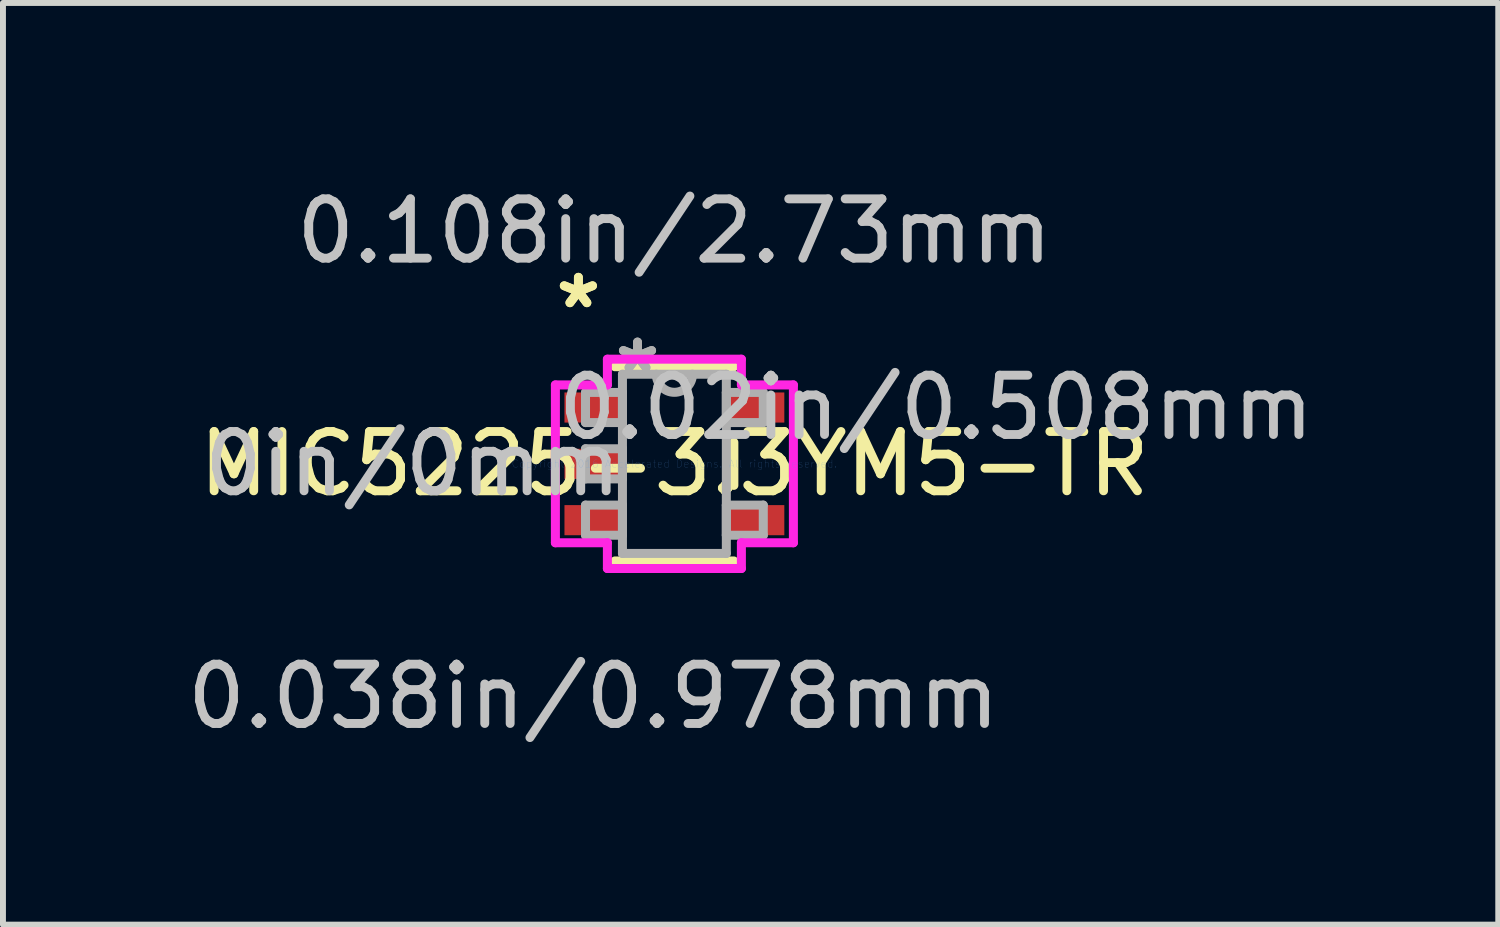
<source format=kicad_pcb>
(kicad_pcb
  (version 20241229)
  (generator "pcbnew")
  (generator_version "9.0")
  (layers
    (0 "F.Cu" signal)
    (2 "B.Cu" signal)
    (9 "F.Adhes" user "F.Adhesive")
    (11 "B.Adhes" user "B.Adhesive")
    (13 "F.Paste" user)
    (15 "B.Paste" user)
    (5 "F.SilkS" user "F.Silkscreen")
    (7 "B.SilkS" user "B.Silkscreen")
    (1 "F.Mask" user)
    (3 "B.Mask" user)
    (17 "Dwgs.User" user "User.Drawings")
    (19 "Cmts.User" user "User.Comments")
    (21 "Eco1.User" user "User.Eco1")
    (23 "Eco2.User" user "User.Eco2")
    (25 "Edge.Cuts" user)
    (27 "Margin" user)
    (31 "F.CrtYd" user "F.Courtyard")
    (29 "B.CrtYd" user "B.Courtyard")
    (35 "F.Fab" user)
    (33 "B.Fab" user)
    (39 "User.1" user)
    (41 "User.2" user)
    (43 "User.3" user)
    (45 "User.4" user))
  (footprint "MIC5225-3.3YM5-TR"
    (layer "F.Cu")
    (at 8.324 4.773)
    (property "Reference" "MIC5225-3.3YM5-TR" (at 0 0 0) (layer "F.SilkS") (effects (font (size 1 1) (thickness 0.15))))
    (attr through_hole)
    (fp_line (start -1.003 1.638) (end 1.003 1.638) (stroke (width 0.152) (type solid)) (layer "F.SilkS"))
    (fp_line (start 1.003 -1.638) (end -1.003 -1.638) (stroke (width 0.152) (type solid)) (layer "F.SilkS"))
    (fp_line (start 1.003 0.363) (end 1.003 -0.363) (stroke (width 0.152) (type solid)) (layer "F.SilkS"))
    (fp_line (start -2.007 -1.331) (end -1.13 -1.331) (stroke (width 0.152) (type solid)) (layer "F.CrtYd"))
    (fp_line (start -2.007 1.331) (end -2.007 -1.331) (stroke (width 0.152) (type solid)) (layer "F.CrtYd"))
    (fp_line (start -1.13 -1.765) (end 1.13 -1.765) (stroke (width 0.152) (type solid)) (layer "F.CrtYd"))
    (fp_line (start -1.13 -1.331) (end -1.13 -1.765) (stroke (width 0.152) (type solid)) (layer "F.CrtYd"))
    (fp_line (start -1.13 1.331) (end -2.007 1.331) (stroke (width 0.152) (type solid)) (layer "F.CrtYd"))
    (fp_line (start -1.13 1.765) (end -1.13 1.331) (stroke (width 0.152) (type solid)) (layer "F.CrtYd"))
    (fp_line (start 1.13 -1.765) (end 1.13 -1.331) (stroke (width 0.152) (type solid)) (layer "F.CrtYd"))
    (fp_line (start 1.13 -1.331) (end 2.007 -1.331) (stroke (width 0.152) (type solid)) (layer "F.CrtYd"))
    (fp_line (start 1.13 1.331) (end 1.13 1.765) (stroke (width 0.152) (type solid)) (layer "F.CrtYd"))
    (fp_line (start 1.13 1.765) (end -1.13 1.765) (stroke (width 0.152) (type solid)) (layer "F.CrtYd"))
    (fp_line (start 2.007 -1.331) (end 2.007 1.331) (stroke (width 0.152) (type solid)) (layer "F.CrtYd"))
    (fp_line (start 2.007 1.331) (end 1.13 1.331) (stroke (width 0.152) (type solid)) (layer "F.CrtYd"))
    (fp_line (start -1.499 -1.204) (end -1.499 -0.696) (stroke (width 0.152) (type solid)) (layer "F.Fab"))
    (fp_line (start -1.499 -0.696) (end -0.876 -0.696) (stroke (width 0.152) (type solid)) (layer "F.Fab"))
    (fp_line (start -1.499 -0.254) (end -1.499 0.254) (stroke (width 0.152) (type solid)) (layer "F.Fab"))
    (fp_line (start -1.499 0.254) (end -0.876 0.254) (stroke (width 0.152) (type solid)) (layer "F.Fab"))
    (fp_line (start -1.499 0.696) (end -1.499 1.204) (stroke (width 0.152) (type solid)) (layer "F.Fab"))
    (fp_line (start -1.499 1.204) (end -0.876 1.204) (stroke (width 0.152) (type solid)) (layer "F.Fab"))
    (fp_line (start -0.876 -1.511) (end -0.876 1.511) (stroke (width 0.152) (type solid)) (layer "F.Fab"))
    (fp_line (start -0.876 -1.204) (end -1.499 -1.204) (stroke (width 0.152) (type solid)) (layer "F.Fab"))
    (fp_line (start -0.876 -0.696) (end -0.876 -1.204) (stroke (width 0.152) (type solid)) (layer "F.Fab"))
    (fp_line (start -0.876 -0.254) (end -1.499 -0.254) (stroke (width 0.152) (type solid)) (layer "F.Fab"))
    (fp_line (start -0.876 0.254) (end -0.876 -0.254) (stroke (width 0.152) (type solid)) (layer "F.Fab"))
    (fp_line (start -0.876 0.696) (end -1.499 0.696) (stroke (width 0.152) (type solid)) (layer "F.Fab"))
    (fp_line (start -0.876 1.204) (end -0.876 0.696) (stroke (width 0.152) (type solid)) (layer "F.Fab"))
    (fp_line (start -0.876 1.511) (end 0.876 1.511) (stroke (width 0.152) (type solid)) (layer "F.Fab"))
    (fp_line (start 0.876 -1.511) (end -0.876 -1.511) (stroke (width 0.152) (type solid)) (layer "F.Fab"))
    (fp_line (start 0.876 -1.204) (end 0.876 -0.696) (stroke (width 0.152) (type solid)) (layer "F.Fab"))
    (fp_line (start 0.876 -0.696) (end 1.499 -0.696) (stroke (width 0.152) (type solid)) (layer "F.Fab"))
    (fp_line (start 0.876 0.696) (end 0.876 1.204) (stroke (width 0.152) (type solid)) (layer "F.Fab"))
    (fp_line (start 0.876 1.204) (end 1.499 1.204) (stroke (width 0.152) (type solid)) (layer "F.Fab"))
    (fp_line (start 0.876 1.511) (end 0.876 -1.511) (stroke (width 0.152) (type solid)) (layer "F.Fab"))
    (fp_line (start 1.499 -1.204) (end 0.876 -1.204) (stroke (width 0.152) (type solid)) (layer "F.Fab"))
    (fp_line (start 1.499 -0.696) (end 1.499 -1.204) (stroke (width 0.152) (type solid)) (layer "F.Fab"))
    (fp_line (start 1.499 0.696) (end 0.876 0.696) (stroke (width 0.152) (type solid)) (layer "F.Fab"))
    (fp_line (start 1.499 1.204) (end 1.499 0.696) (stroke (width 0.152) (type solid)) (layer "F.Fab"))
    (fp_arc (start 0.3048 -1.5113) (mid 0 -1.2065) (end -0.3048 -1.5113) (stroke (width 0.1524) (type solid)) (layer "F.Fab"))
    (fp_text user "*" (at -1.619 -2.601 0) (layer "F.SilkS") (effects (font (size 1 1) (thickness 0.15))))
    (fp_text user "*" (at -1.619 -2.601 0) (layer "F.SilkS") (effects (font (size 1 1) (thickness 0.15))))
    (fp_text user "0.038in/0.978mm" (at -1.365 3.924 0) (layer "Dwgs.User") (effects (font (size 1 1) (thickness 0.15))))
    (fp_text user "0.108in/2.73mm" (at 0 -3.924 0) (layer "Dwgs.User") (effects (font (size 1 1) (thickness 0.15))))
    (fp_text user "0in/0mm" (at -4.413 0 0) (layer "Dwgs.User") (effects (font (size 1 1) (thickness 0.15))))
    (fp_text user "0.02in/0.508mm" (at 4.413 -0.95 0) (layer "Dwgs.User") (effects (font (size 1 1) (thickness 0.15))))
    (fp_text user "Copyright 2016 Accelerated Designs. All rights reserved." (at 0 0 0) (layer "Cmts.User") (effects (font (size 0.127 0.127) (thickness 0.002))))
    (fp_text user "*" (at -0.622 -1.509 0) (layer "F.Fab") (effects (font (size 1 1) (thickness 0.15))))
    (fp_text user "*" (at -0.622 -1.509 0) (layer "F.Fab") (effects (font (size 1 1) (thickness 0.15))))
    (pad "1" smd rect (at -1.365 -0.95) (size 0.978 0.508) (layers "F.Cu" "F.Mask" "F.Paste"))
    (pad "2" smd rect (at -1.365 0) (size 0.978 0.508) (layers "F.Cu" "F.Mask" "F.Paste"))
    (pad "3" smd rect (at -1.365 0.95) (size 0.978 0.508) (layers "F.Cu" "F.Mask" "F.Paste"))
    (pad "4" smd rect (at 1.365 0.95) (size 0.978 0.508) (layers "F.Cu" "F.Mask" "F.Paste"))
    (pad "5" smd rect (at 1.365 -0.95) (size 0.978 0.508) (layers "F.Cu" "F.Mask" "F.Paste")))
  (gr_rect
    (start -3 -3)
    (end 22.219 12.545)
    (stroke (width 0.1) (type default))
    (fill no)
    (layer "Edge.Cuts")))
</source>
